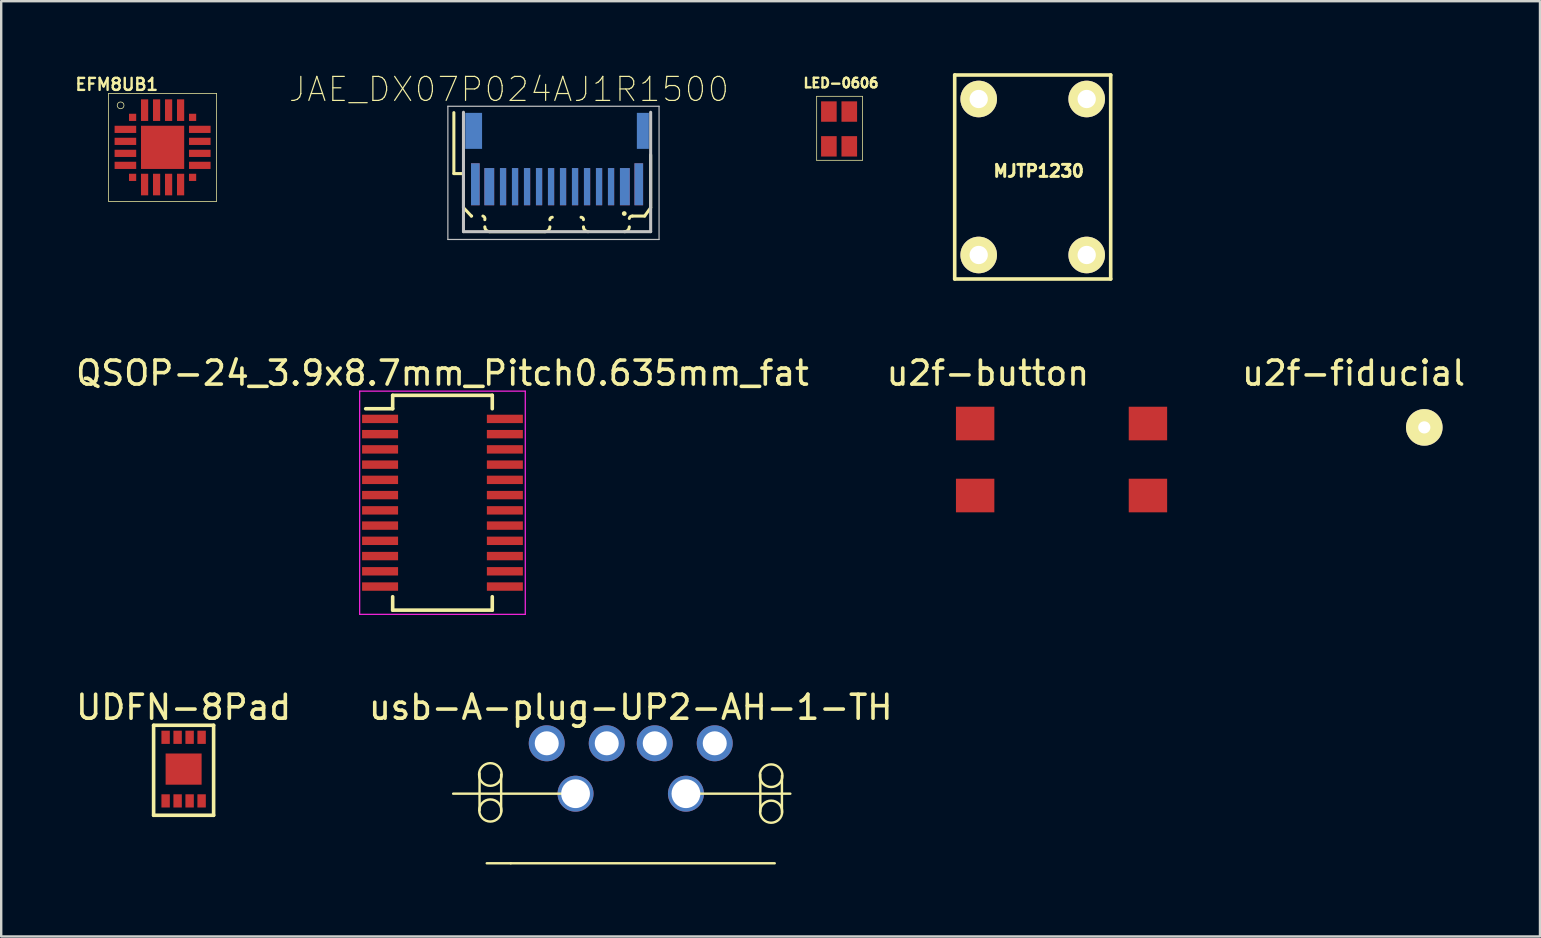
<source format=kicad_pcb>
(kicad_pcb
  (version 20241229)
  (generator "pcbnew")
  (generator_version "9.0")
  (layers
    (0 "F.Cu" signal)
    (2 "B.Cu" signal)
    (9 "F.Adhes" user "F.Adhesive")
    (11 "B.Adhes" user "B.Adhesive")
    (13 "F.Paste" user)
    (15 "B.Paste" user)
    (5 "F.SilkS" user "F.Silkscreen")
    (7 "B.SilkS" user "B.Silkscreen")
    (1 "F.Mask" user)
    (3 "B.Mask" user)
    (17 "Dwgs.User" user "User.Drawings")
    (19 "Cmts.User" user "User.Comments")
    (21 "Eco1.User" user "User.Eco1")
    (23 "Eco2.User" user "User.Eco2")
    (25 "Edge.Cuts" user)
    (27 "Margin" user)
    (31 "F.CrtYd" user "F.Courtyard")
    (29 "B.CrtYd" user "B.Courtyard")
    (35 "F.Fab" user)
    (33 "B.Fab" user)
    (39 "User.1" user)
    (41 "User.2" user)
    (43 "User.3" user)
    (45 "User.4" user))
  (footprint "u2f-fiducial"
    (layer "F.Cu")
    (at 56.323 13.743)
    (property "Reference" "u2f-fiducial" (at -2.972 -1.245 0) (layer "F.SilkS") (effects (font (size 1 1) (thickness 0.15))))
    (attr through_hole)
    (pad "1" thru_hole circle (at -0.025 1.016) (size 1.524 1.524) (drill 0.508) (layers "*.Cu" "*.Mask" "F.SilkS")))
  (footprint "QSOP-24_3.9x8.7mm_Pitch0.635mm_fat"
    (layer "F.Cu")
    (at 15.387 17.898)
    (property "Reference" "QSOP-24_3.9x8.7mm_Pitch0.635mm_fat" (at 0 -5.4 0) (layer "F.SilkS") (effects (font (size 1 1) (thickness 0.15))))
    (attr smd)
    (fp_line (start -2.075 -4.475) (end -2.075 -3.917) (stroke (width 0.15) (type solid)) (layer "F.SilkS"))
    (fp_line (start -2.075 -4.475) (end 2.075 -4.475) (stroke (width 0.15) (type solid)) (layer "F.SilkS"))
    (fp_line (start -2.075 -3.917) (end -3.2 -3.917) (stroke (width 0.15) (type solid)) (layer "F.SilkS"))
    (fp_line (start -2.075 4.475) (end -2.075 3.917) (stroke (width 0.15) (type solid)) (layer "F.SilkS"))
    (fp_line (start -2.075 4.475) (end 2.075 4.475) (stroke (width 0.15) (type solid)) (layer "F.SilkS"))
    (fp_line (start 2.075 -4.475) (end 2.075 -3.917) (stroke (width 0.15) (type solid)) (layer "F.SilkS"))
    (fp_line (start 2.075 4.475) (end 2.075 3.917) (stroke (width 0.15) (type solid)) (layer "F.SilkS"))
    (fp_line (start -3.45 -4.65) (end -3.45 4.65) (stroke (width 0.05) (type solid)) (layer "F.CrtYd"))
    (fp_line (start -3.45 -4.65) (end 3.45 -4.65) (stroke (width 0.05) (type solid)) (layer "F.CrtYd"))
    (fp_line (start -3.45 4.65) (end 3.45 4.65) (stroke (width 0.05) (type solid)) (layer "F.CrtYd"))
    (fp_line (start 3.45 -4.65) (end 3.45 4.65) (stroke (width 0.05) (type solid)) (layer "F.CrtYd"))
    (pad "1" smd rect (at -2.6 -3.493) (size 1.5 0.35) (layers "F.Cu" "F.Mask" "F.Paste"))
    (pad "2" smd rect (at -2.6 -2.857) (size 1.5 0.35) (layers "F.Cu" "F.Mask" "F.Paste"))
    (pad "3" smd rect (at -2.6 -2.223) (size 1.5 0.35) (layers "F.Cu" "F.Mask" "F.Paste"))
    (pad "4" smd rect (at -2.6 -1.587) (size 1.5 0.35) (layers "F.Cu" "F.Mask" "F.Paste"))
    (pad "5" smd rect (at -2.6 -0.953) (size 1.5 0.35) (layers "F.Cu" "F.Mask" "F.Paste"))
    (pad "6" smd rect (at -2.6 -0.318) (size 1.5 0.35) (layers "F.Cu" "F.Mask" "F.Paste"))
    (pad "7" smd rect (at -2.6 0.318) (size 1.5 0.35) (layers "F.Cu" "F.Mask" "F.Paste"))
    (pad "8" smd rect (at -2.6 0.953) (size 1.5 0.35) (layers "F.Cu" "F.Mask" "F.Paste"))
    (pad "9" smd rect (at -2.6 1.587) (size 1.5 0.35) (layers "F.Cu" "F.Mask" "F.Paste"))
    (pad "10" smd rect (at -2.6 2.223) (size 1.5 0.35) (layers "F.Cu" "F.Mask" "F.Paste"))
    (pad "11" smd rect (at -2.6 2.857) (size 1.5 0.35) (layers "F.Cu" "F.Mask" "F.Paste"))
    (pad "12" smd rect (at -2.6 3.493) (size 1.5 0.35) (layers "F.Cu" "F.Mask" "F.Paste"))
    (pad "13" smd rect (at 2.6 3.493) (size 1.5 0.35) (layers "F.Cu" "F.Mask" "F.Paste"))
    (pad "14" smd rect (at 2.6 2.857) (size 1.5 0.35) (layers "F.Cu" "F.Mask" "F.Paste"))
    (pad "15" smd rect (at 2.6 2.223) (size 1.5 0.35) (layers "F.Cu" "F.Mask" "F.Paste"))
    (pad "16" smd rect (at 2.6 1.587) (size 1.5 0.35) (layers "F.Cu" "F.Mask" "F.Paste"))
    (pad "17" smd rect (at 2.6 0.953) (size 1.5 0.35) (layers "F.Cu" "F.Mask" "F.Paste"))
    (pad "18" smd rect (at 2.6 0.318) (size 1.5 0.35) (layers "F.Cu" "F.Mask" "F.Paste"))
    (pad "19" smd rect (at 2.6 -0.318) (size 1.5 0.35) (layers "F.Cu" "F.Mask" "F.Paste"))
    (pad "20" smd rect (at 2.6 -0.953) (size 1.5 0.35) (layers "F.Cu" "F.Mask" "F.Paste"))
    (pad "21" smd rect (at 2.6 -1.587) (size 1.5 0.35) (layers "F.Cu" "F.Mask" "F.Paste"))
    (pad "22" smd rect (at 2.6 -2.223) (size 1.5 0.35) (layers "F.Cu" "F.Mask" "F.Paste"))
    (pad "23" smd rect (at 2.6 -2.857) (size 1.5 0.35) (layers "F.Cu" "F.Mask" "F.Paste"))
    (pad "24" smd rect (at 2.6 -3.493) (size 1.5 0.35) (layers "F.Cu" "F.Mask" "F.Paste")))
  (footprint "MJTP1230"
    (layer "F.Cu")
    (at 37.731 1.075)
    (property "Reference" "MJTP1230" (at 2.5 3 0) (layer "F.SilkS") (effects (font (size 0.5 0.5) (thickness 0.125))))
    (attr through_hole)
    (fp_line (start -1 -1) (end 5.5 -1) (stroke (width 0.15) (type solid)) (layer "F.SilkS"))
    (fp_line (start -1 7.5) (end -1 -1) (stroke (width 0.15) (type solid)) (layer "F.SilkS"))
    (fp_line (start 5.5 -1) (end 5.5 7.5) (stroke (width 0.15) (type solid)) (layer "F.SilkS"))
    (fp_line (start 5.5 7.5) (end -1 7.5) (stroke (width 0.15) (type solid)) (layer "F.SilkS"))
    (pad "1" thru_hole circle (at 0 0) (size 1.524 1.524) (drill 0.762) (layers "*.Cu" "*.Mask" "F.SilkS"))
    (pad "1" thru_hole circle (at 4.5 0) (size 1.524 1.524) (drill 0.762) (layers "*.Cu" "*.Mask" "F.SilkS"))
    (pad "2" thru_hole circle (at 0 6.5) (size 1.524 1.524) (drill 0.762) (layers "*.Cu" "*.Mask" "F.SilkS"))
    (pad "2" thru_hole circle (at 4.5 6.5) (size 1.524 1.524) (drill 0.762) (layers "*.Cu" "*.Mask" "F.SilkS")))
  (footprint "UDFN-8Pad"
    (layer "F.Cu")
    (at 3.851 27.672)
    (property "Reference" "UDFN-8Pad" (at 0.75 -1.25 0) (layer "F.SilkS") (effects (font (size 1 1) (thickness 0.15))))
    (attr through_hole)
    (fp_line (start -0.5 -0.5) (end 2 -0.5) (stroke (width 0.15) (type solid)) (layer "F.SilkS"))
    (fp_line (start -0.5 3.25) (end -0.5 -0.5) (stroke (width 0.15) (type solid)) (layer "F.SilkS"))
    (fp_line (start 2 -0.5) (end 2 3.25) (stroke (width 0.15) (type solid)) (layer "F.SilkS"))
    (fp_line (start 2 3.25) (end -0.5 3.25) (stroke (width 0.15) (type solid)) (layer "F.SilkS"))
    (pad "1" smd rect (at 0 0) (size 0.35 0.55) (layers "F.Cu" "F.Mask" "F.Paste"))
    (pad "2" smd rect (at 0.5 0) (size 0.35 0.55) (layers "F.Cu" "F.Mask" "F.Paste"))
    (pad "3" smd rect (at 1 0) (size 0.35 0.55) (layers "F.Cu" "F.Mask" "F.Paste"))
    (pad "4" smd rect (at 1.5 0) (size 0.35 0.55) (layers "F.Cu" "F.Mask" "F.Paste"))
    (pad "5" smd rect (at 1.5 2.65) (size 0.35 0.55) (layers "F.Cu" "F.Mask" "F.Paste"))
    (pad "6" smd rect (at 1 2.65) (size 0.35 0.55) (layers "F.Cu" "F.Mask" "F.Paste"))
    (pad "7" smd rect (at 0.5 2.65) (size 0.35 0.55) (layers "F.Cu" "F.Mask" "F.Paste"))
    (pad "8" smd rect (at 0 2.65) (size 0.35 0.55) (layers "F.Cu" "F.Mask" "F.Paste"))
    (pad "9" smd rect (at 0.75 1.325) (size 1.5 1.3) (layers "F.Cu" "F.Mask" "F.Paste")))
  (footprint "LED-0606"
    (layer "F.Cu")
    (at 31.488 1.598)
    (property "Reference" "LED-0606" (at 0.505 -1.189 0) (layer "F.SilkS") (effects (font (size 0.4 0.4) (thickness 0.1))))
    (attr through_hole)
    (fp_line (start -0.508 -0.635) (end 1.397 -0.635) (stroke (width 0.03) (type solid)) (layer "F.SilkS"))
    (fp_line (start -0.508 2.032) (end -0.508 -0.635) (stroke (width 0.03) (type solid)) (layer "F.SilkS"))
    (fp_line (start 1.397 -0.635) (end 1.397 2.032) (stroke (width 0.03) (type solid)) (layer "F.SilkS"))
    (fp_line (start 1.397 2.032) (end -0.508 2.032) (stroke (width 0.03) (type solid)) (layer "F.SilkS"))
    (pad "1" smd rect (at 0 0) (size 0.65 0.85) (layers "F.Cu" "F.Mask" "F.Paste"))
    (pad "2" smd rect (at 0.85 0) (size 0.65 0.85) (layers "F.Cu" "F.Mask" "F.Paste"))
    (pad "3" smd rect (at 0.85 1.45) (size 0.65 0.85) (layers "F.Cu" "F.Mask" "F.Paste"))
    (pad "4" smd rect (at 0 1.45) (size 0.65 0.85) (layers "F.Cu" "F.Mask" "F.Paste")))
  (footprint "JAE_DX07P024AJ1R1500"
    (layer "F.Cu")
    (at 20.162 6.603)
    (property "Reference" "JAE_DX07P024AJ1R1500" (at -2.002 -5.93 0) (layer "F.SilkS") (effects (font (size 1.001 1.001) (thickness 0.05))))
    (attr smd)
    (fp_line (start -4.3 -2.42) (end -4.3 -4.96) (stroke (width 0.127) (type solid)) (layer "F.SilkS"))
    (fp_line (start -3.9 -2.42) (end -4.3 -2.42) (stroke (width 0.127) (type solid)) (layer "F.SilkS"))
    (fp_line (start -3.9 -1) (end -3.9 -2.42) (stroke (width 0.127) (type solid)) (layer "F.SilkS"))
    (fp_line (start -3.57 -0.65) (end -3.9 -1) (stroke (width 0.127) (type solid)) (layer "F.SilkS"))
    (fp_line (start -0.5 0) (end -2.81 0) (stroke (width 0.127) (type solid)) (layer "F.SilkS"))
    (fp_line (start 3.14 -0.65) (end 3.65 -0.65) (stroke (width 0.127) (type solid)) (layer "F.SilkS"))
    (fp_line (start 3.65 -0.65) (end 3.9 -1) (stroke (width 0.127) (type solid)) (layer "F.SilkS"))
    (fp_line (start 3.9 -1) (end 3.9 -3.2) (stroke (width 0.127) (type solid)) (layer "F.SilkS"))
    (fp_arc (start -3.56 -0.65) (mid -3.565 -0.647929) (end -3.57 -0.65) (stroke (width 0.127) (type solid)) (layer "F.SilkS"))
    (fp_arc (start -3.09 -0.65) (mid -3.018934 -0.591569) (end -3.01 -0.5) (stroke (width 0.127) (type solid)) (layer "F.SilkS"))
    (fp_arc (start -2.81 0) (mid -2.951421 -0.058579) (end -3.01 -0.2) (stroke (width 0.127) (type solid)) (layer "F.SilkS"))
    (fp_arc (start -0.3 -0.5) (mid -0.270711 -0.570711) (end -0.2 -0.6) (stroke (width 0.127) (type solid)) (layer "F.SilkS"))
    (fp_arc (start -0.3 -0.2) (mid -0.358579 -0.058579) (end -0.5 0) (stroke (width 0.127) (type solid)) (layer "F.SilkS"))
    (fp_arc (start 1 -0.6) (mid 1.070711 -0.570711) (end 1.1 -0.5) (stroke (width 0.127) (type solid)) (layer "F.SilkS"))
    (fp_arc (start 1.3 0) (mid 1.158579 -0.058579) (end 1.1 -0.2) (stroke (width 0.127) (type solid)) (layer "F.SilkS"))
    (fp_arc (start 3.01 -0.55) (mid 3.054289 -0.626924) (end 3.14 -0.65) (stroke (width 0.127) (type solid)) (layer "F.SilkS"))
    (fp_arc (start 3.01 -0.2) (mid 2.951421 -0.058579) (end 2.81 0) (stroke (width 0.127) (type solid)) (layer "F.SilkS"))
    (fp_circle (center 2.8 -0.755) (end 2.9 -0.755) (stroke (width 0) (type solid)) (fill yes) (layer "F.SilkS"))
    (fp_line (start -4.55 -5.225) (end 4.25 -5.225) (stroke (width 0.05) (type solid)) (layer "Dwgs.User"))
    (fp_line (start -4.55 0.325) (end -4.55 -5.225) (stroke (width 0.05) (type solid)) (layer "Dwgs.User"))
    (fp_line (start -3.9 0) (end -3.9 -4.975) (stroke (width 0.127) (type solid)) (layer "Dwgs.User"))
    (fp_line (start 3.9 -4.975) (end 3.9 0) (stroke (width 0.127) (type solid)) (layer "Dwgs.User"))
    (fp_line (start 3.9 0) (end -3.9 0) (stroke (width 0.127) (type solid)) (layer "Dwgs.User"))
    (fp_line (start 4.25 -5.225) (end 4.25 0.325) (stroke (width 0.05) (type solid)) (layer "Dwgs.User"))
    (fp_line (start 4.25 0.325) (end -4.55 0.325) (stroke (width 0.05) (type solid)) (layer "Dwgs.User"))
    (pad "13" smd rect (at -3.405 -1.975) (size 0.36 1.75) (layers "F.Cu" "F.Mask" "F.Paste"))
    (pad "14" smd rect (at 3.405 -1.975) (size 0.36 1.75) (layers "F.Cu" "F.Mask" "F.Paste"))
    (pad "15" smd rect (at -3.405 -1.975) (size 0.36 1.75) (layers "F.Mask" "B.Cu" "F.Paste"))
    (pad "16" smd rect (at 3.405 -1.975) (size 0.36 1.75) (layers "F.Mask" "B.Cu" "F.Paste"))
    (pad "17" smd rect (at -3.475 -4.2) (size 0.7 1.5) (layers "F.Mask" "B.Cu" "F.Paste"))
    (pad "18" smd rect (at 3.575 -4.2) (size 0.5 1.5) (layers "F.Mask" "B.Cu" "F.Paste"))
    (pad "A1" smd rect (at 2.825 -1.875) (size 0.41 1.55) (layers "F.Cu" "F.Mask" "F.Paste"))
    (pad "A2" smd rect (at 2.25 -1.875) (size 0.26 1.55) (layers "F.Cu" "F.Mask" "F.Paste"))
    (pad "A3" smd rect (at 1.75 -1.875) (size 0.26 1.55) (layers "F.Cu" "F.Mask" "F.Paste"))
    (pad "A4" smd rect (at 1.25 -1.875) (size 0.26 1.55) (layers "F.Cu" "F.Mask" "F.Paste"))
    (pad "A5" smd rect (at 0.75 -1.875) (size 0.26 1.55) (layers "F.Cu" "F.Mask" "F.Paste"))
    (pad "A6" smd rect (at 0.25 -1.875) (size 0.26 1.55) (layers "F.Cu" "F.Mask" "F.Paste"))
    (pad "A7" smd rect (at -0.25 -1.875) (size 0.26 1.55) (layers "F.Cu" "F.Mask" "F.Paste"))
    (pad "A8" smd rect (at -0.75 -1.875) (size 0.26 1.55) (layers "F.Cu" "F.Mask" "F.Paste"))
    (pad "A9" smd rect (at -1.25 -1.875) (size 0.26 1.55) (layers "F.Cu" "F.Mask" "F.Paste"))
    (pad "A10" smd rect (at -1.75 -1.875) (size 0.26 1.55) (layers "F.Cu" "F.Mask" "F.Paste"))
    (pad "A11" smd rect (at -2.25 -1.875) (size 0.26 1.55) (layers "F.Cu" "F.Mask" "F.Paste"))
    (pad "A12" smd rect (at -2.825 -1.875) (size 0.41 1.55) (layers "F.Cu" "F.Mask" "F.Paste"))
    (pad "B1" smd rect (at -2.825 -1.875) (size 0.41 1.55) (layers "F.Mask" "B.Cu" "F.Paste"))
    (pad "B2" smd rect (at -2.25 -1.875) (size 0.26 1.55) (layers "F.Mask" "B.Cu" "F.Paste"))
    (pad "B3" smd rect (at -1.75 -1.875) (size 0.26 1.55) (layers "F.Mask" "B.Cu" "F.Paste"))
    (pad "B4" smd rect (at -1.25 -1.875) (size 0.26 1.55) (layers "F.Mask" "B.Cu" "F.Paste"))
    (pad "B5" smd rect (at -0.75 -1.875) (size 0.26 1.55) (layers "F.Mask" "B.Cu" "F.Paste"))
    (pad "B6" smd rect (at -0.25 -1.875) (size 0.26 1.55) (layers "F.Mask" "B.Cu" "F.Paste"))
    (pad "B7" smd rect (at 0.25 -1.875) (size 0.26 1.55) (layers "F.Mask" "B.Cu" "F.Paste"))
    (pad "B8" smd rect (at 0.75 -1.875) (size 0.26 1.55) (layers "F.Mask" "B.Cu" "F.Paste"))
    (pad "B9" smd rect (at 1.25 -1.875) (size 0.26 1.55) (layers "F.Mask" "B.Cu" "F.Paste"))
    (pad "B10" smd rect (at 1.75 -1.875) (size 0.26 1.55) (layers "F.Mask" "B.Cu" "F.Paste"))
    (pad "B11" smd rect (at 2.25 -1.875) (size 0.26 1.55) (layers "F.Mask" "B.Cu" "F.Paste"))
    (pad "B12" smd rect (at 2.825 -1.875) (size 0.41 1.55) (layers "F.Mask" "B.Cu" "F.Paste")))
  (footprint "usb-A-plug-UP2-AH-1-TH"
    (layer "F.Cu")
    (at 23.232 25.922)
    (property "Reference" "usb-A-plug-UP2-AH-1-TH" (at 0 0.5 0) (layer "F.SilkS") (effects (font (size 1 1) (thickness 0.15))))
    (attr through_hole)
    (fp_line (start -6.3 4.8) (end -6.3 3.25) (stroke (width 0.1) (type solid)) (layer "F.SilkS"))
    (fp_line (start -5.4 3.3) (end -5.4 4.85) (stroke (width 0.1) (type solid)) (layer "F.SilkS"))
    (fp_line (start -5.4 4.1) (end -7.4 4.1) (stroke (width 0.1) (type solid)) (layer "F.SilkS"))
    (fp_line (start -5 7) (end -6 7) (stroke (width 0.1) (type solid)) (layer "F.SilkS"))
    (fp_line (start -2.3 4.1) (end -5.4 4.1) (stroke (width 0.1) (type solid)) (layer "F.SilkS"))
    (fp_line (start 2.3 4.1) (end 6.65 4.1) (stroke (width 0.1) (type solid)) (layer "F.SilkS"))
    (fp_line (start 5.4 4.85) (end 5.4 3.3) (stroke (width 0.1) (type solid)) (layer "F.SilkS"))
    (fp_line (start 6 7) (end -5 7) (stroke (width 0.1) (type solid)) (layer "F.SilkS"))
    (fp_line (start 6.3 3.35) (end 6.3 4.9) (stroke (width 0.1) (type solid)) (layer "F.SilkS"))
    (fp_circle (center -5.85 3.3) (end -5.45 3.05) (stroke (width 0.1) (type solid)) (fill no) (layer "F.SilkS"))
    (fp_circle (center -5.85 4.8) (end -5.55 4.45) (stroke (width 0.1) (type solid)) (fill no) (layer "F.SilkS"))
    (fp_circle (center 5.85 3.35) (end 6.25 3.1) (stroke (width 0.1) (type solid)) (fill no) (layer "F.SilkS"))
    (fp_circle (center 5.85 4.85) (end 6.15 4.5) (stroke (width 0.1) (type solid)) (fill no) (layer "F.SilkS"))
    (pad "" np_thru_hole circle (at -2.3 4.1) (size 1.5 1.5) (drill 1.2) (layers "*.Cu" "*.Mask"))
    (pad "" np_thru_hole circle (at 2.3 4.1) (size 1.5 1.5) (drill 1.2) (layers "*.Cu" "*.Mask"))
    (pad "1" thru_hole circle (at -3.5 2) (size 1.5 1.5) (drill 1) (layers "*.Cu" "*.Mask"))
    (pad "2" thru_hole circle (at -1 2) (size 1.5 1.5) (drill 1) (layers "*.Cu" "*.Mask"))
    (pad "3" thru_hole circle (at 1 2) (size 1.5 1.5) (drill 1) (layers "*.Cu" "*.Mask"))
    (pad "4" thru_hole circle (at 3.5 2) (size 1.5 1.5) (drill 1) (layers "*.Cu" "*.Mask")))
  (footprint "u2f-button"
    (layer "F.Cu")
    (at 37.583 14.598)
    (property "Reference" "u2f-button" (at 0.53 -2.1 0) (layer "F.SilkS") (effects (font (size 1 1) (thickness 0.15))))
    (attr through_hole)
    (pad "1" smd rect (at 0 0) (size 1.6 1.4) (layers "F.Cu" "F.Mask" "F.Paste"))
    (pad "1" smd rect (at 7.2 0) (size 1.6 1.4) (layers "F.Cu" "F.Mask" "F.Paste"))
    (pad "2" smd rect (at 0 3) (size 1.6 1.4) (layers "F.Cu" "F.Mask" "F.Paste"))
    (pad "2" smd rect (at 7.2 3) (size 1.6 1.4) (layers "F.Cu" "F.Mask" "F.Paste")))
  (footprint "EFM8UB1"
    (layer "F.Cu")
    (at 2.475 1.84)
    (property "Reference" "EFM8UB1" (at -0.66 -1.372 0) (layer "F.SilkS") (effects (font (size 0.5 0.5) (thickness 0.1))))
    (attr through_hole)
    (fp_line (start -1 -1) (end 3.5 -1) (stroke (width 0.03) (type solid)) (layer "F.SilkS"))
    (fp_line (start -1 3.5) (end -1 -1) (stroke (width 0.03) (type solid)) (layer "F.SilkS"))
    (fp_line (start 3.5 -1) (end 3.5 3.5) (stroke (width 0.03) (type solid)) (layer "F.SilkS"))
    (fp_line (start 3.5 3.5) (end -1 3.5) (stroke (width 0.03) (type solid)) (layer "F.SilkS"))
    (fp_circle (center -0.5 -0.5) (end -0.4 -0.6) (stroke (width 0.03) (type solid)) (fill no) (layer "F.SilkS"))
    (pad "1" smd rect (at 0 0) (size 0.3 0.3) (layers "F.Cu" "F.Mask" "F.Paste"))
    (pad "2" smd rect (at 0 0.5 90) (size 0.3 0.9) (drill (offset 0 -0.3)) (layers "F.Cu" "F.Mask" "F.Paste"))
    (pad "3" smd rect (at 0 1 90) (size 0.3 0.9) (drill (offset 0 -0.3)) (layers "F.Cu" "F.Mask" "F.Paste"))
    (pad "4" smd rect (at 0 1.5 90) (size 0.3 0.9) (drill (offset 0 -0.3)) (layers "F.Cu" "F.Mask" "F.Paste"))
    (pad "5" smd rect (at 0 2 90) (size 0.3 0.9) (drill (offset 0 -0.3)) (layers "F.Cu" "F.Mask" "F.Paste"))
    (pad "6" smd rect (at 0 2.5) (size 0.3 0.3) (layers "F.Cu" "F.Mask" "F.Paste"))
    (pad "7" smd rect (at 0.5 2.5) (size 0.3 0.9) (drill (offset 0 0.3)) (layers "F.Cu" "F.Mask" "F.Paste"))
    (pad "8" smd rect (at 1 2.5) (size 0.3 0.9) (drill (offset 0 0.3)) (layers "F.Cu" "F.Mask" "F.Paste"))
    (pad "9" smd rect (at 1.5 2.5) (size 0.3 0.9) (drill (offset 0 0.3)) (layers "F.Cu" "F.Mask" "F.Paste"))
    (pad "10" smd rect (at 2 2.5) (size 0.3 0.9) (drill (offset 0 0.3)) (layers "F.Cu" "F.Mask" "F.Paste"))
    (pad "11" smd rect (at 2.5 2.5) (size 0.3 0.3) (layers "F.Cu" "F.Mask" "F.Paste"))
    (pad "12" smd rect (at 2.5 2 90) (size 0.3 0.9) (drill (offset 0 0.3)) (layers "F.Cu" "F.Mask" "F.Paste"))
    (pad "13" smd rect (at 2.5 1.5 90) (size 0.3 0.9) (drill (offset 0 0.3)) (layers "F.Cu" "F.Mask" "F.Paste"))
    (pad "14" smd rect (at 2.5 1 90) (size 0.3 0.9) (drill (offset 0 0.3)) (layers "F.Cu" "F.Mask" "F.Paste"))
    (pad "15" smd rect (at 2.5 0.5 90) (size 0.3 0.9) (drill (offset 0 0.3)) (layers "F.Cu" "F.Mask" "F.Paste"))
    (pad "16" smd rect (at 2.5 0 90) (size 0.3 0.3) (layers "F.Cu" "F.Mask" "F.Paste"))
    (pad "17" smd rect (at 2 0 180) (size 0.3 0.9) (drill (offset 0 0.3)) (layers "F.Cu" "F.Mask" "F.Paste"))
    (pad "18" smd rect (at 1.5 0 180) (size 0.3 0.9) (drill (offset 0 0.3)) (layers "F.Cu" "F.Mask" "F.Paste"))
    (pad "19" smd rect (at 1 0 180) (size 0.3 0.9) (drill (offset 0 0.3)) (layers "F.Cu" "F.Mask" "F.Paste"))
    (pad "20" smd rect (at 0.5 0 180) (size 0.3 0.9) (drill (offset 0 0.3)) (layers "F.Cu" "F.Mask" "F.Paste"))
    (pad "21" smd rect (at 1.25 1.25 180) (size 1.8 1.8) (layers "F.Cu" "F.Mask" "F.Paste")))
  (gr_rect
    (start -3 -3)
    (end 61.119 35.971)
    (stroke (width 0.1) (type default))
    (fill no)
    (layer "Edge.Cuts")))
</source>
